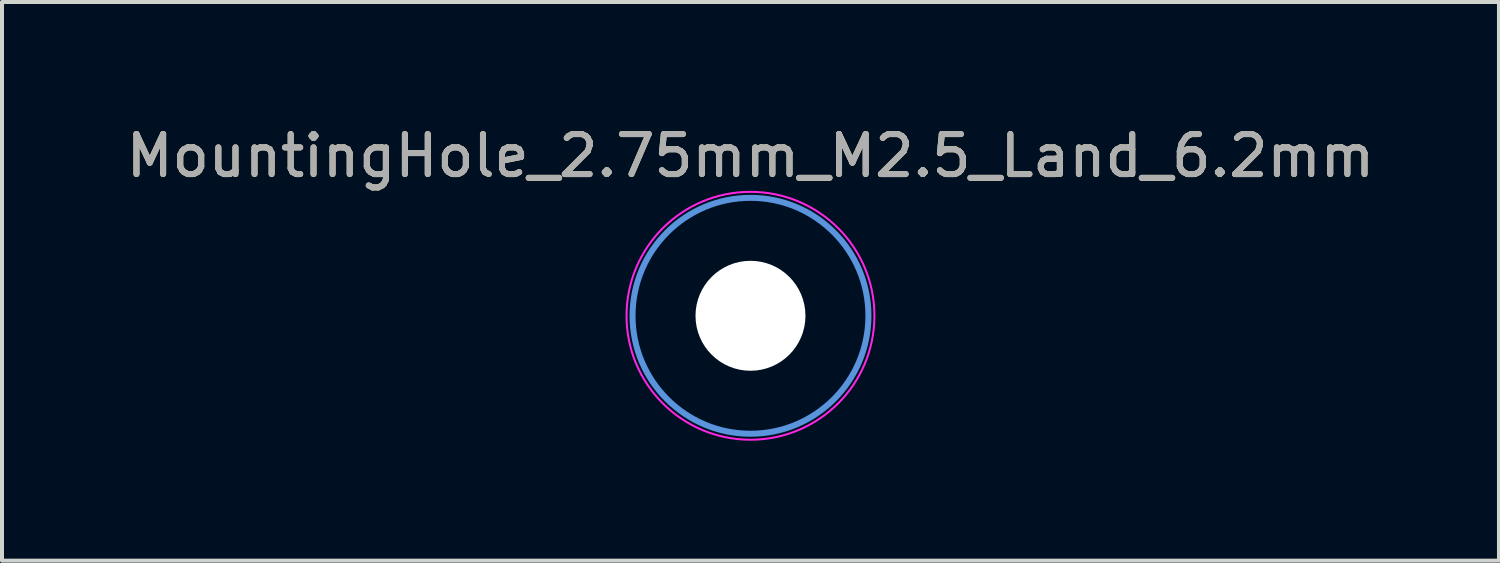
<source format=kicad_pcb>
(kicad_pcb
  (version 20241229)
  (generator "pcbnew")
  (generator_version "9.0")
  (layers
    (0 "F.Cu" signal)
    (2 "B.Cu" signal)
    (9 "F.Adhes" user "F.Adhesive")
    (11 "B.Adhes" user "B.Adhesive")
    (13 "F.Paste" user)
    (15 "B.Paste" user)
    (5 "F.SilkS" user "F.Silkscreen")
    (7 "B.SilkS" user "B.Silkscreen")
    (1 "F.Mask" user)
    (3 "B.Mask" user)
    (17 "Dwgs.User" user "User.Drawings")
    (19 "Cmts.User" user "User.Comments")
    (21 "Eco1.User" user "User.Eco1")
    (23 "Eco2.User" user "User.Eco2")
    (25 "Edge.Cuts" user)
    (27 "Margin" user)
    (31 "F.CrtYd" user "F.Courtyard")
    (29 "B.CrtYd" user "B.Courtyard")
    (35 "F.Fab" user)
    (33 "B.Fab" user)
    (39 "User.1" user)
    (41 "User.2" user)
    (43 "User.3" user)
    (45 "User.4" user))
  (footprint "MountingHole_2.75mm_M2.5_Land_6.2mm"
    (layer "F.Cu")
    (at 15.72 4.848)
    (property "Reference" "MountingHole_2.75mm_M2.5_Land_6.2mm" (at 0 -4 0) (layer "F.SilkS") (effects (font (size 1 1) (thickness 0.15))))
    (attr through_hole)
    (fp_circle (center 0 0) (end 2.95 0) (stroke (width 0.15) (type solid)) (fill no) (layer "Cmts.User"))
    (fp_circle (center 0 0) (end 3.1 0) (stroke (width 0.05) (type solid)) (fill no) (layer "F.CrtYd"))
    (fp_text user "${REFERENCE}" (at 0 -4 0) (layer "F.Fab") (effects (font (size 1 1) (thickness 0.15))))
    (pad "" np_thru_hole circle (at 0 0) (size 2.75 2.75) (drill 2.75) (layers "*.Cu" "*.Mask")))
  (gr_rect
    (start -3 -3)
    (end 34.44 10.973)
    (stroke (width 0.1) (type default))
    (fill no)
    (layer "Edge.Cuts")))
</source>
